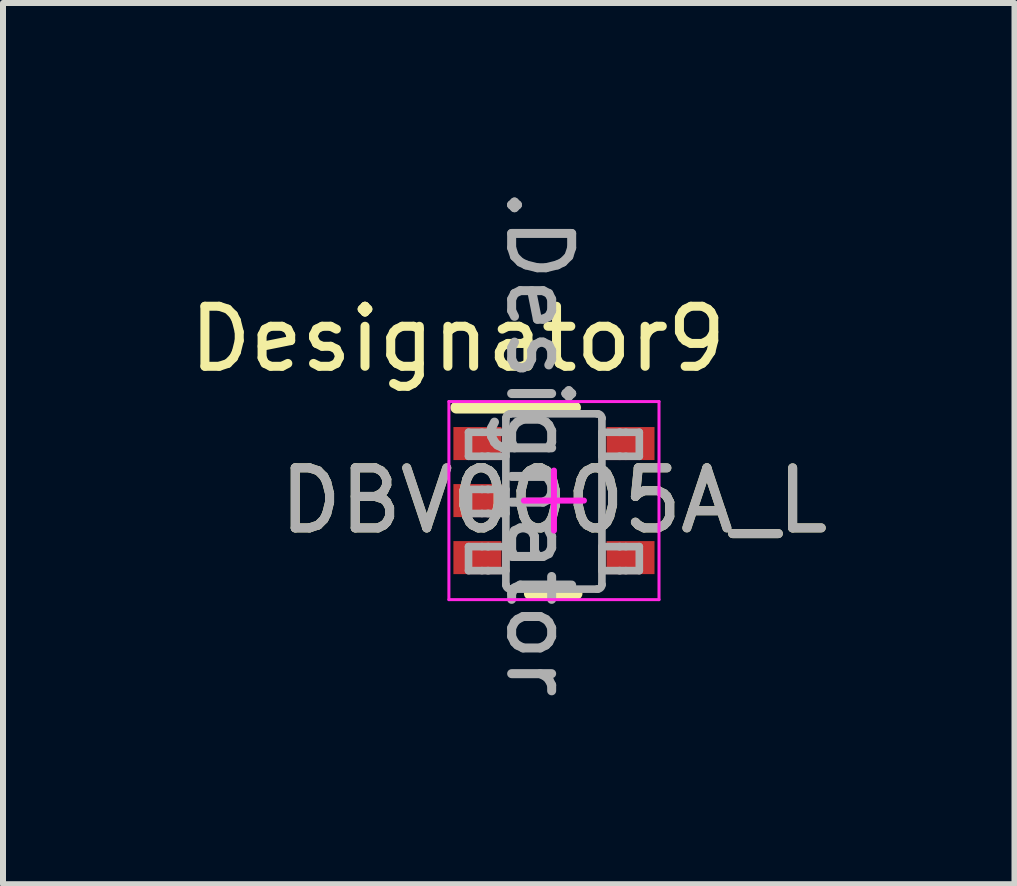
<source format=kicad_pcb>
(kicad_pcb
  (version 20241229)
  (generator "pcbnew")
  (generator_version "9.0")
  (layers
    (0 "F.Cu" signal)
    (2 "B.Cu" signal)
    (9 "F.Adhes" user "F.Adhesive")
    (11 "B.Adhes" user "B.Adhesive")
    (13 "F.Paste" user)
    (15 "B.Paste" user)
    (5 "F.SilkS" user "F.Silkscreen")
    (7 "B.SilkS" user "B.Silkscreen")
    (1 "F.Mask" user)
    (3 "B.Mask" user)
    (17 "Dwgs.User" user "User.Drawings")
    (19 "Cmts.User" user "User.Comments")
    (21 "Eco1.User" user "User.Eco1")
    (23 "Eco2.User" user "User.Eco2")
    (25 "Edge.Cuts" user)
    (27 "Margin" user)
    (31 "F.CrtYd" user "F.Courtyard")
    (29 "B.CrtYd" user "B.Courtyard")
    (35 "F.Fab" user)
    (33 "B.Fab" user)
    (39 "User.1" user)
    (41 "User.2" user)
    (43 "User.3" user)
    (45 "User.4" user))
  (footprint "DBV0005A_L"
    (layer "F.Cu")
    (at 6.178 5.289)
    (property "Reference" "DBV0005A_L" (at 0 0 0) (unlocked yes) (layer "F.SilkS") (effects (font (size 1 1) (thickness 0.15))))
    (attr smd)
    (fp_line (start -1.625 -1.55) (end 0.35 -1.55) (stroke (width 0.2) (type solid)) (layer "F.SilkS"))
    (fp_line (start -0.4 1.55) (end 0.375 1.55) (stroke (width 0.2) (type solid)) (layer "F.SilkS"))
    (fp_line (start -1.75 -1.65) (end 1.75 -1.65) (stroke (width 0.05) (type solid)) (layer "F.CrtYd"))
    (fp_line (start -1.75 1.65) (end -1.75 -1.65) (stroke (width 0.05) (type solid)) (layer "F.CrtYd"))
    (fp_line (start -1.75 1.65) (end 1.75 1.65) (stroke (width 0.05) (type solid)) (layer "F.CrtYd"))
    (fp_line (start -0.5 0) (end 0.5 0) (stroke (width 0.1) (type solid)) (layer "F.CrtYd"))
    (fp_line (start 0 0.5) (end 0 -0.5) (stroke (width 0.1) (type solid)) (layer "F.CrtYd"))
    (fp_line (start 1.75 1.65) (end 1.75 -1.65) (stroke (width 0.05) (type solid)) (layer "F.CrtYd"))
    (fp_line (start -1.423 -1.138) (end -1.199 -1.138) (stroke (width 0.127) (type solid)) (layer "F.Fab"))
    (fp_line (start -1.423 -0.738) (end -1.423 -1.138) (stroke (width 0.127) (type solid)) (layer "F.Fab"))
    (fp_line (start -1.423 -0.738) (end -1.199 -0.738) (stroke (width 0.127) (type solid)) (layer "F.Fab"))
    (fp_line (start -1.423 -0.186) (end -1.199 -0.186) (stroke (width 0.127) (type solid)) (layer "F.Fab"))
    (fp_line (start -1.423 0.215) (end -1.423 -0.186) (stroke (width 0.127) (type solid)) (layer "F.Fab"))
    (fp_line (start -1.423 0.215) (end -1.199 0.215) (stroke (width 0.127) (type solid)) (layer "F.Fab"))
    (fp_line (start -1.423 0.767) (end -1.199 0.767) (stroke (width 0.127) (type solid)) (layer "F.Fab"))
    (fp_line (start -1.423 1.167) (end -1.423 0.767) (stroke (width 0.127) (type solid)) (layer "F.Fab"))
    (fp_line (start -1.423 1.167) (end -1.199 1.167) (stroke (width 0.127) (type solid)) (layer "F.Fab"))
    (fp_line (start -1.199 -1.138) (end -1.105 -1.138) (stroke (width 0.127) (type solid)) (layer "F.Fab"))
    (fp_line (start -1.199 -0.738) (end -1.105 -0.738) (stroke (width 0.127) (type solid)) (layer "F.Fab"))
    (fp_line (start -1.199 -0.186) (end -1.105 -0.186) (stroke (width 0.127) (type solid)) (layer "F.Fab"))
    (fp_line (start -1.199 0.215) (end -1.105 0.215) (stroke (width 0.127) (type solid)) (layer "F.Fab"))
    (fp_line (start -1.199 0.767) (end -1.105 0.767) (stroke (width 0.127) (type solid)) (layer "F.Fab"))
    (fp_line (start -1.199 1.167) (end -1.105 1.167) (stroke (width 0.127) (type solid)) (layer "F.Fab"))
    (fp_line (start -1.105 -1.138) (end -1.088 -1.138) (stroke (width 0.127) (type solid)) (layer "F.Fab"))
    (fp_line (start -1.105 -0.738) (end -1.088 -0.738) (stroke (width 0.127) (type solid)) (layer "F.Fab"))
    (fp_line (start -1.105 -0.186) (end -1.088 -0.186) (stroke (width 0.127) (type solid)) (layer "F.Fab"))
    (fp_line (start -1.105 0.215) (end -1.088 0.215) (stroke (width 0.127) (type solid)) (layer "F.Fab"))
    (fp_line (start -1.105 0.767) (end -1.088 0.767) (stroke (width 0.127) (type solid)) (layer "F.Fab"))
    (fp_line (start -1.105 1.167) (end -1.088 1.167) (stroke (width 0.127) (type solid)) (layer "F.Fab"))
    (fp_line (start -1.088 -1.138) (end -0.835 -1.138) (stroke (width 0.127) (type solid)) (layer "F.Fab"))
    (fp_line (start -1.088 -0.738) (end -0.835 -0.738) (stroke (width 0.127) (type solid)) (layer "F.Fab"))
    (fp_line (start -1.088 -0.186) (end -0.835 -0.186) (stroke (width 0.127) (type solid)) (layer "F.Fab"))
    (fp_line (start -1.088 0.215) (end -0.835 0.215) (stroke (width 0.127) (type solid)) (layer "F.Fab"))
    (fp_line (start -1.088 0.767) (end -0.835 0.767) (stroke (width 0.127) (type solid)) (layer "F.Fab"))
    (fp_line (start -1.088 1.167) (end -0.835 1.167) (stroke (width 0.127) (type solid)) (layer "F.Fab"))
    (fp_line (start -0.835 -1.138) (end -0.801 -1.138) (stroke (width 0.127) (type solid)) (layer "F.Fab"))
    (fp_line (start -0.835 -0.738) (end -0.801 -0.738) (stroke (width 0.127) (type solid)) (layer "F.Fab"))
    (fp_line (start -0.835 -0.186) (end -0.801 -0.186) (stroke (width 0.127) (type solid)) (layer "F.Fab"))
    (fp_line (start -0.835 0.215) (end -0.801 0.215) (stroke (width 0.127) (type solid)) (layer "F.Fab"))
    (fp_line (start -0.835 0.767) (end -0.801 0.767) (stroke (width 0.127) (type solid)) (layer "F.Fab"))
    (fp_line (start -0.835 1.167) (end -0.801 1.167) (stroke (width 0.127) (type solid)) (layer "F.Fab"))
    (fp_line (start -0.801 -1.37) (end -0.801 -1.371) (stroke (width 0.127) (type solid)) (layer "F.Fab"))
    (fp_line (start -0.801 -0.738) (end -0.801 -1.138) (stroke (width 0.127) (type solid)) (layer "F.Fab"))
    (fp_line (start -0.801 0.215) (end -0.801 -0.186) (stroke (width 0.127) (type solid)) (layer "F.Fab"))
    (fp_line (start -0.801 1.167) (end -0.801 0.767) (stroke (width 0.127) (type solid)) (layer "F.Fab"))
    (fp_line (start -0.801 1.399) (end -0.801 -1.37) (stroke (width 0.127) (type solid)) (layer "F.Fab"))
    (fp_line (start -0.801 1.4) (end -0.801 1.399) (stroke (width 0.127) (type solid)) (layer "F.Fab"))
    (fp_line (start -0.725 -1.446) (end -0.725 -1.446) (stroke (width 0.127) (type solid)) (layer "F.Fab"))
    (fp_line (start -0.725 1.475) (end -0.725 1.475) (stroke (width 0.127) (type solid)) (layer "F.Fab"))
    (fp_line (start -0.725 -1.446) (end 0.723 -1.446) (stroke (width 0.127) (type solid)) (layer "F.Fab"))
    (fp_line (start -0.725 1.475) (end 0.723 1.475) (stroke (width 0.127) (type solid)) (layer "F.Fab"))
    (fp_line (start 0.723 -1.446) (end 0.724 -1.446) (stroke (width 0.127) (type solid)) (layer "F.Fab"))
    (fp_line (start 0.723 1.475) (end 0.724 1.475) (stroke (width 0.127) (type solid)) (layer "F.Fab"))
    (fp_line (start 0.799 -1.37) (end 0.799 -1.371) (stroke (width 0.127) (type solid)) (layer "F.Fab"))
    (fp_line (start 0.799 -1.138) (end 0.834 -1.138) (stroke (width 0.127) (type solid)) (layer "F.Fab"))
    (fp_line (start 0.799 -0.738) (end 0.799 -1.138) (stroke (width 0.127) (type solid)) (layer "F.Fab"))
    (fp_line (start 0.799 -0.738) (end 0.834 -0.738) (stroke (width 0.127) (type solid)) (layer "F.Fab"))
    (fp_line (start 0.799 0.767) (end 0.834 0.767) (stroke (width 0.127) (type solid)) (layer "F.Fab"))
    (fp_line (start 0.799 1.167) (end 0.799 0.767) (stroke (width 0.127) (type solid)) (layer "F.Fab"))
    (fp_line (start 0.799 1.167) (end 0.834 1.167) (stroke (width 0.127) (type solid)) (layer "F.Fab"))
    (fp_line (start 0.799 1.399) (end 0.799 -1.37) (stroke (width 0.127) (type solid)) (layer "F.Fab"))
    (fp_line (start 0.799 1.4) (end 0.799 1.399) (stroke (width 0.127) (type solid)) (layer "F.Fab"))
    (fp_line (start 0.834 -1.138) (end 1.087 -1.138) (stroke (width 0.127) (type solid)) (layer "F.Fab"))
    (fp_line (start 0.834 -0.738) (end 1.087 -0.738) (stroke (width 0.127) (type solid)) (layer "F.Fab"))
    (fp_line (start 0.834 0.767) (end 1.087 0.767) (stroke (width 0.127) (type solid)) (layer "F.Fab"))
    (fp_line (start 0.834 1.167) (end 1.087 1.167) (stroke (width 0.127) (type solid)) (layer "F.Fab"))
    (fp_line (start 1.087 -1.138) (end 1.103 -1.138) (stroke (width 0.127) (type solid)) (layer "F.Fab"))
    (fp_line (start 1.087 -0.738) (end 1.103 -0.738) (stroke (width 0.127) (type solid)) (layer "F.Fab"))
    (fp_line (start 1.087 0.767) (end 1.103 0.767) (stroke (width 0.127) (type solid)) (layer "F.Fab"))
    (fp_line (start 1.087 1.167) (end 1.103 1.167) (stroke (width 0.127) (type solid)) (layer "F.Fab"))
    (fp_line (start 1.103 -1.138) (end 1.198 -1.138) (stroke (width 0.127) (type solid)) (layer "F.Fab"))
    (fp_line (start 1.103 -0.738) (end 1.198 -0.738) (stroke (width 0.127) (type solid)) (layer "F.Fab"))
    (fp_line (start 1.103 0.767) (end 1.198 0.767) (stroke (width 0.127) (type solid)) (layer "F.Fab"))
    (fp_line (start 1.103 1.167) (end 1.198 1.167) (stroke (width 0.127) (type solid)) (layer "F.Fab"))
    (fp_line (start 1.198 -1.138) (end 1.422 -1.138) (stroke (width 0.127) (type solid)) (layer "F.Fab"))
    (fp_line (start 1.198 -0.738) (end 1.422 -0.738) (stroke (width 0.127) (type solid)) (layer "F.Fab"))
    (fp_line (start 1.198 0.767) (end 1.422 0.767) (stroke (width 0.127) (type solid)) (layer "F.Fab"))
    (fp_line (start 1.198 1.167) (end 1.422 1.167) (stroke (width 0.127) (type solid)) (layer "F.Fab"))
    (fp_line (start 1.422 -0.738) (end 1.422 -1.138) (stroke (width 0.127) (type solid)) (layer "F.Fab"))
    (fp_line (start 1.422 1.167) (end 1.422 0.767) (stroke (width 0.127) (type solid)) (layer "F.Fab"))
    (fp_arc (start -0.80074 -1.37084) (mid -0.778218 -1.423887) (end -0.724999 -1.445998) (stroke (width 0.127) (type solid)) (layer "F.Fab"))
    (fp_arc (start -0.724999 1.475) (mid -0.778213 1.452901) (end -0.80074 1.399867) (stroke (width 0.127) (type solid)) (layer "F.Fab"))
    (fp_arc (start 0.723714 -1.445998) (mid 0.776933 -1.423887) (end 0.799455 -1.37084) (stroke (width 0.127) (type solid)) (layer "F.Fab"))
    (fp_arc (start 0.799455 1.399868) (mid 0.776927 1.452901) (end 0.723713 1.475) (stroke (width 0.127) (type solid)) (layer "F.Fab"))
    (fp_text user "Designator9" (at -1.6 -2.692 0) (unlocked yes) (layer "F.SilkS") (effects (font (size 1 1) (thickness 0.15))))
    (fp_text user "${REFERENCE}" (at 0 0 0) (unlocked yes) (layer "F.Fab") (effects (font (size 1 1) (thickness 0.15))))
    (fp_text user ".Designator" (at -0.25 -0.95 270) (unlocked yes) (layer "F.Fab") (effects (font (size 1 1) (thickness 0.15))))
    (pad "1" smd rect (at -1.275 -0.95 90) (size 0.55 0.8) (layers "F.Cu" "F.Mask" "F.Paste"))
    (pad "2" smd rect (at -1.275 0 90) (size 0.55 0.8) (layers "F.Cu" "F.Mask" "F.Paste"))
    (pad "3" smd rect (at -1.275 0.95 90) (size 0.55 0.8) (layers "F.Cu" "F.Mask" "F.Paste"))
    (pad "4" smd rect (at 1.275 0.95 90) (size 0.55 0.8) (layers "F.Cu" "F.Mask" "F.Paste"))
    (pad "5" smd rect (at 1.275 -0.95 90) (size 0.55 0.8) (layers "F.Cu" "F.Mask" "F.Paste")))
  (gr_rect
    (start -3 -3)
    (end 13.85 11.679)
    (stroke (width 0.1) (type default))
    (fill no)
    (layer "Edge.Cuts")))
</source>
